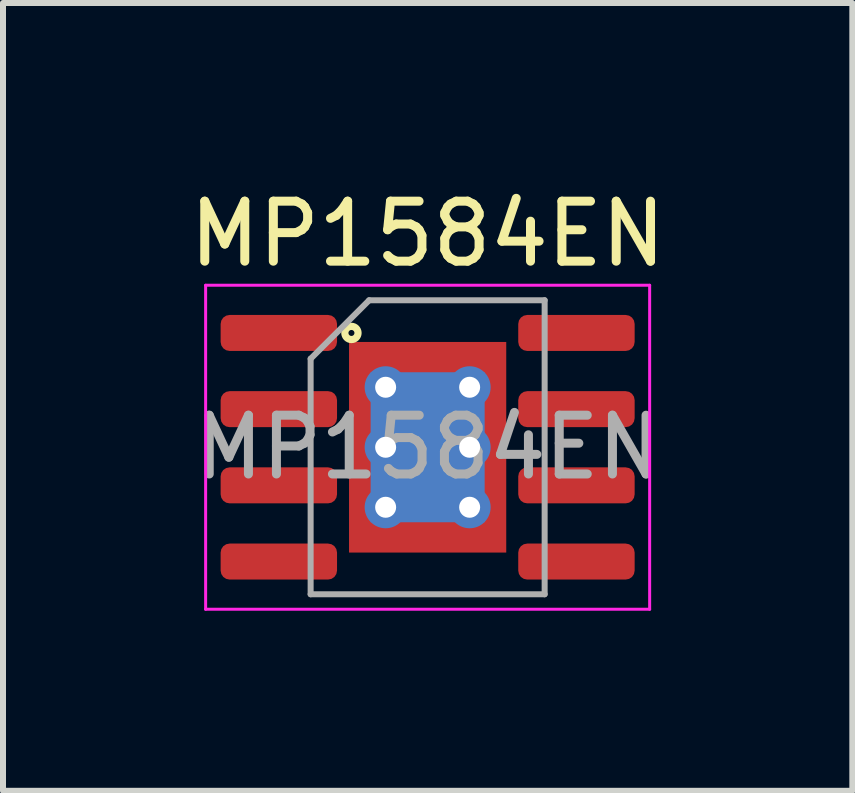
<source format=kicad_pcb>
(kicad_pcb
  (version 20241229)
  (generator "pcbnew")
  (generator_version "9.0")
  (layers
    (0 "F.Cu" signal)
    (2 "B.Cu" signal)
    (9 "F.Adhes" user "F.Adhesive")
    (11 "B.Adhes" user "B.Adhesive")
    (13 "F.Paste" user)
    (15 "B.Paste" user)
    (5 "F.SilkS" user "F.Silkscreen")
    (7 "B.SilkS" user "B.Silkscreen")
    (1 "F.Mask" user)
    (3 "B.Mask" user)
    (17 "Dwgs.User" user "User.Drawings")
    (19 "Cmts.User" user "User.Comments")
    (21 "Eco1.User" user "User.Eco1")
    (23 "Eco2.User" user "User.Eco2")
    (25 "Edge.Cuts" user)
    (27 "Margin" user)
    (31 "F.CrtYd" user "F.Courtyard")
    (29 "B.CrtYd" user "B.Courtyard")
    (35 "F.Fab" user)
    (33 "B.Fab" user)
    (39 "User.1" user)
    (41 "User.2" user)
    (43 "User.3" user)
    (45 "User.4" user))
  (footprint "MP1584EN"
    (layer "F.Cu")
    (at 4.077 4.404)
    (property "Reference" "MP1584EN" (at 0 -3.556 0) (layer "F.SilkS") (effects (font (size 1 1) (thickness 0.15))))
    (attr smd)
    (fp_circle (center -1.27 -1.905) (end -1.22 -1.905) (stroke (width 0.12) (type solid)) (fill no) (layer "F.SilkS"))
    (fp_line (start -3.7 -2.7) (end -3.7 2.7) (stroke (width 0.05) (type solid)) (layer "F.CrtYd"))
    (fp_line (start -3.7 2.7) (end 3.7 2.7) (stroke (width 0.05) (type solid)) (layer "F.CrtYd"))
    (fp_line (start 3.7 -2.7) (end -3.7 -2.7) (stroke (width 0.05) (type solid)) (layer "F.CrtYd"))
    (fp_line (start 3.7 2.7) (end 3.7 -2.7) (stroke (width 0.05) (type solid)) (layer "F.CrtYd"))
    (fp_line (start -1.95 -1.475) (end -0.975 -2.45) (stroke (width 0.1) (type solid)) (layer "F.Fab"))
    (fp_line (start -1.95 2.45) (end -1.95 -1.475) (stroke (width 0.1) (type solid)) (layer "F.Fab"))
    (fp_line (start -0.975 -2.45) (end 1.95 -2.45) (stroke (width 0.1) (type solid)) (layer "F.Fab"))
    (fp_line (start 1.95 -2.45) (end 1.95 2.45) (stroke (width 0.1) (type solid)) (layer "F.Fab"))
    (fp_line (start 1.95 2.45) (end -1.95 2.45) (stroke (width 0.1) (type solid)) (layer "F.Fab"))
    (fp_text user "${REFERENCE}" (at 0 0 0) (layer "F.Fab") (effects (font (size 0.98 0.98) (thickness 0.15))))
    (pad "" smd roundrect (at -0.655 -0.875) (size 1.1 1.47) (layers "F.Paste") (roundrect_rratio 0.227))
    (pad "" smd roundrect (at -0.655 0.875) (size 1.1 1.47) (layers "F.Paste") (roundrect_rratio 0.227))
    (pad "" smd roundrect (at 0.655 -0.875) (size 1.1 1.47) (layers "F.Paste") (roundrect_rratio 0.227))
    (pad "" smd roundrect (at 0.655 0.875) (size 1.1 1.47) (layers "F.Paste") (roundrect_rratio 0.227))
    (pad "1" smd roundrect (at -2.48 -1.905) (size 1.94 0.6) (layers "F.Cu" "F.Mask" "F.Paste") (roundrect_rratio 0.25))
    (pad "2" smd roundrect (at -2.48 -0.635) (size 1.94 0.6) (layers "F.Cu" "F.Mask" "F.Paste") (roundrect_rratio 0.25))
    (pad "3" smd roundrect (at -2.48 0.635) (size 1.94 0.6) (layers "F.Cu" "F.Mask" "F.Paste") (roundrect_rratio 0.25))
    (pad "4" smd roundrect (at -2.48 1.905) (size 1.94 0.6) (layers "F.Cu" "F.Mask" "F.Paste") (roundrect_rratio 0.25))
    (pad "5" smd roundrect (at 2.48 1.905) (size 1.94 0.6) (layers "F.Cu" "F.Mask" "F.Paste") (roundrect_rratio 0.25))
    (pad "6" smd roundrect (at 2.48 0.635) (size 1.94 0.6) (layers "F.Cu" "F.Mask" "F.Paste") (roundrect_rratio 0.25))
    (pad "7" smd roundrect (at 2.48 -0.635) (size 1.94 0.6) (layers "F.Cu" "F.Mask" "F.Paste") (roundrect_rratio 0.25))
    (pad "8" smd roundrect (at 2.48 -1.905) (size 1.94 0.6) (layers "F.Cu" "F.Mask" "F.Paste") (roundrect_rratio 0.25))
    (pad "9" thru_hole circle (at -0.7 -1) (size 0.7 0.7) (drill 0.35) (layers "*.Cu"))
    (pad "9" thru_hole circle (at -0.7 0) (size 0.7 0.7) (drill 0.35) (layers "*.Cu"))
    (pad "9" thru_hole circle (at -0.7 1) (size 0.7 0.7) (drill 0.35) (layers "*.Cu"))
    (pad "9" smd rect (at 0 0) (size 1.9 2.5) (layers "B.Cu"))
    (pad "9" smd rect (at 0 0) (size 2.62 3.51) (layers "F.Cu" "F.Mask"))
    (pad "9" thru_hole circle (at 0.7 -1) (size 0.7 0.7) (drill 0.35) (layers "*.Cu"))
    (pad "9" thru_hole circle (at 0.7 0) (size 0.7 0.7) (drill 0.35) (layers "*.Cu"))
    (pad "9" thru_hole circle (at 0.7 1) (size 0.7 0.7) (drill 0.35) (layers "*.Cu")))
  (gr_rect
    (start -3 -3)
    (end 11.155 10.129)
    (stroke (width 0.1) (type default))
    (fill no)
    (layer "Edge.Cuts")))
</source>
